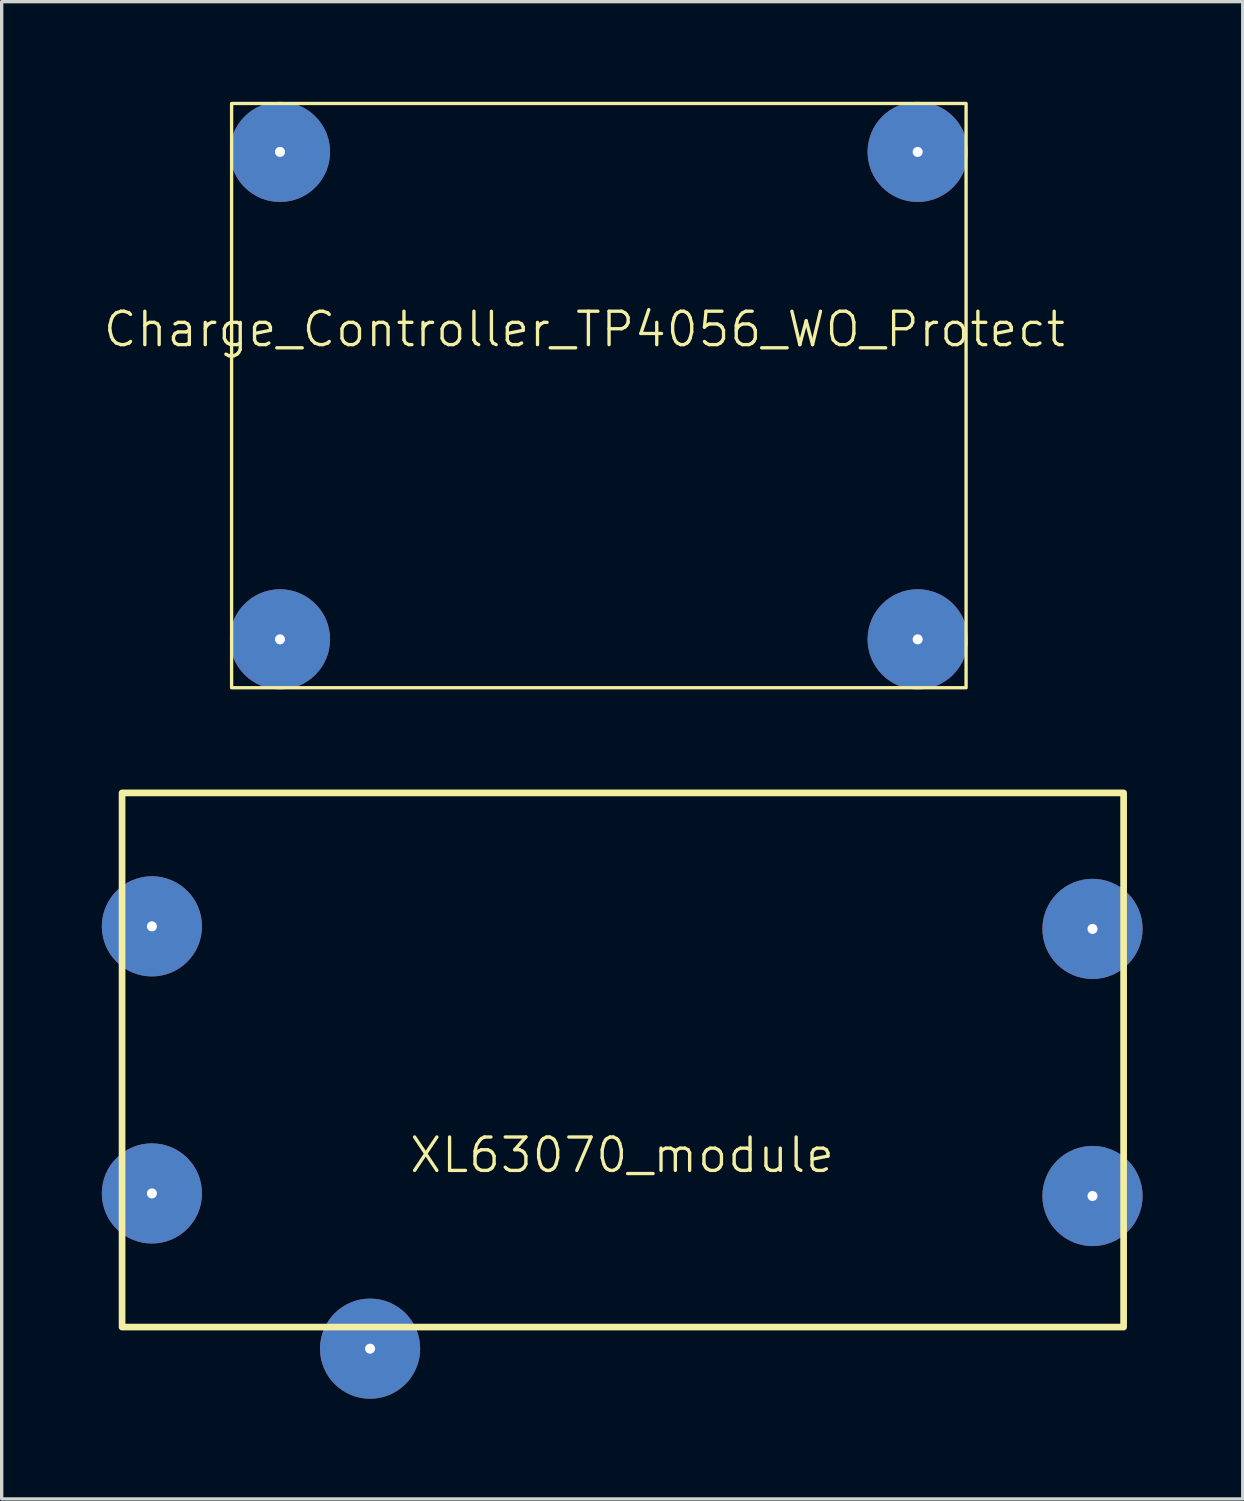
<source format=kicad_pcb>
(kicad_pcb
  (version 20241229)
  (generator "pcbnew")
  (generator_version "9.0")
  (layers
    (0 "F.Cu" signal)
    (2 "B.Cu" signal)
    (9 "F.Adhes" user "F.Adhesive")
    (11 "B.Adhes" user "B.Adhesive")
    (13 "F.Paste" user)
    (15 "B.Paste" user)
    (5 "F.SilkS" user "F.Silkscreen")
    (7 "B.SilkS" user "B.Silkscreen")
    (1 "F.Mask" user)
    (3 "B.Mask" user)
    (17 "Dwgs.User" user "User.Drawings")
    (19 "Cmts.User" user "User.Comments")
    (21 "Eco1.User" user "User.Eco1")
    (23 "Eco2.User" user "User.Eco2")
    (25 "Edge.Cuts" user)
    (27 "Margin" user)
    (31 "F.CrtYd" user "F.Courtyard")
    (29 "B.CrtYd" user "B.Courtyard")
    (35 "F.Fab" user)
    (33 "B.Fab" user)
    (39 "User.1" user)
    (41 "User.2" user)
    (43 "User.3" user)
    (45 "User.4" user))
  (footprint "Charge_Controller_TP4056_WO_Protect"
    (layer "F.Cu")
    (at 14.455 7.315)
    (property "Reference" "Charge_Controller_TP4056_WO_Protect" (at 0 -0.5 0) (unlocked yes) (layer "F.SilkS") (effects (font (size 1 1) (thickness 0.1))))
    (attr through_hole)
    (fp_rect (start -10.568 -7.265) (end 11.432 10.235) (stroke (width 0.1) (type default)) (fill no) (layer "F.SilkS"))
    (pad "1" thru_hole circle (at -9.118 -5.815) (size 3 3) (drill 0.3) (layers "*.Cu" "*.Mask"))
    (pad "2" thru_hole circle (at -9.118 8.785) (size 3 3) (drill 0.3) (layers "*.Cu" "*.Mask"))
    (pad "3" thru_hole circle (at 9.982 -5.815) (size 3 3) (drill 0.3) (layers "*.Cu" "*.Mask"))
    (pad "4" thru_hole circle (at 9.982 8.785) (size 3 3) (drill 0.3) (layers "*.Cu" "*.Mask")))
  (footprint "XL63070_module"
    (layer "F.Cu")
    (at 15.606 28.7)
    (property "Reference" "XL63070_module" (at -0.023 2.849 0) (unlocked yes) (layer "F.SilkS") (effects (font (size 1 1) (thickness 0.1))))
    (attr through_hole)
    (fp_rect (start -15 -8) (end 15 8) (stroke (width 0.2) (type default)) (fill no) (layer "F.SilkS"))
    (pad "1" thru_hole circle (at -14.106 -4.003) (size 3 3) (drill 0.3) (layers "*.Cu" "*.Mask"))
    (pad "2" thru_hole circle (at -14.106 3.997) (size 3 3) (drill 0.3) (layers "*.Cu" "*.Mask"))
    (pad "2" thru_hole circle (at 14.068 4.074) (size 3 3) (drill 0.3) (layers "*.Cu" "*.Mask"))
    (pad "3" thru_hole circle (at 14.068 -3.926) (size 3 3) (drill 0.3) (layers "*.Cu" "*.Mask"))
    (pad "4" thru_hole circle (at -7.571 8.647) (size 3 3) (drill 0.3) (layers "*.Cu" "*.Mask")))
  (gr_rect
    (start -3 -3)
    (end 34.174 41.847)
    (stroke (width 0.1) (type default))
    (fill no)
    (layer "Edge.Cuts")))
</source>
